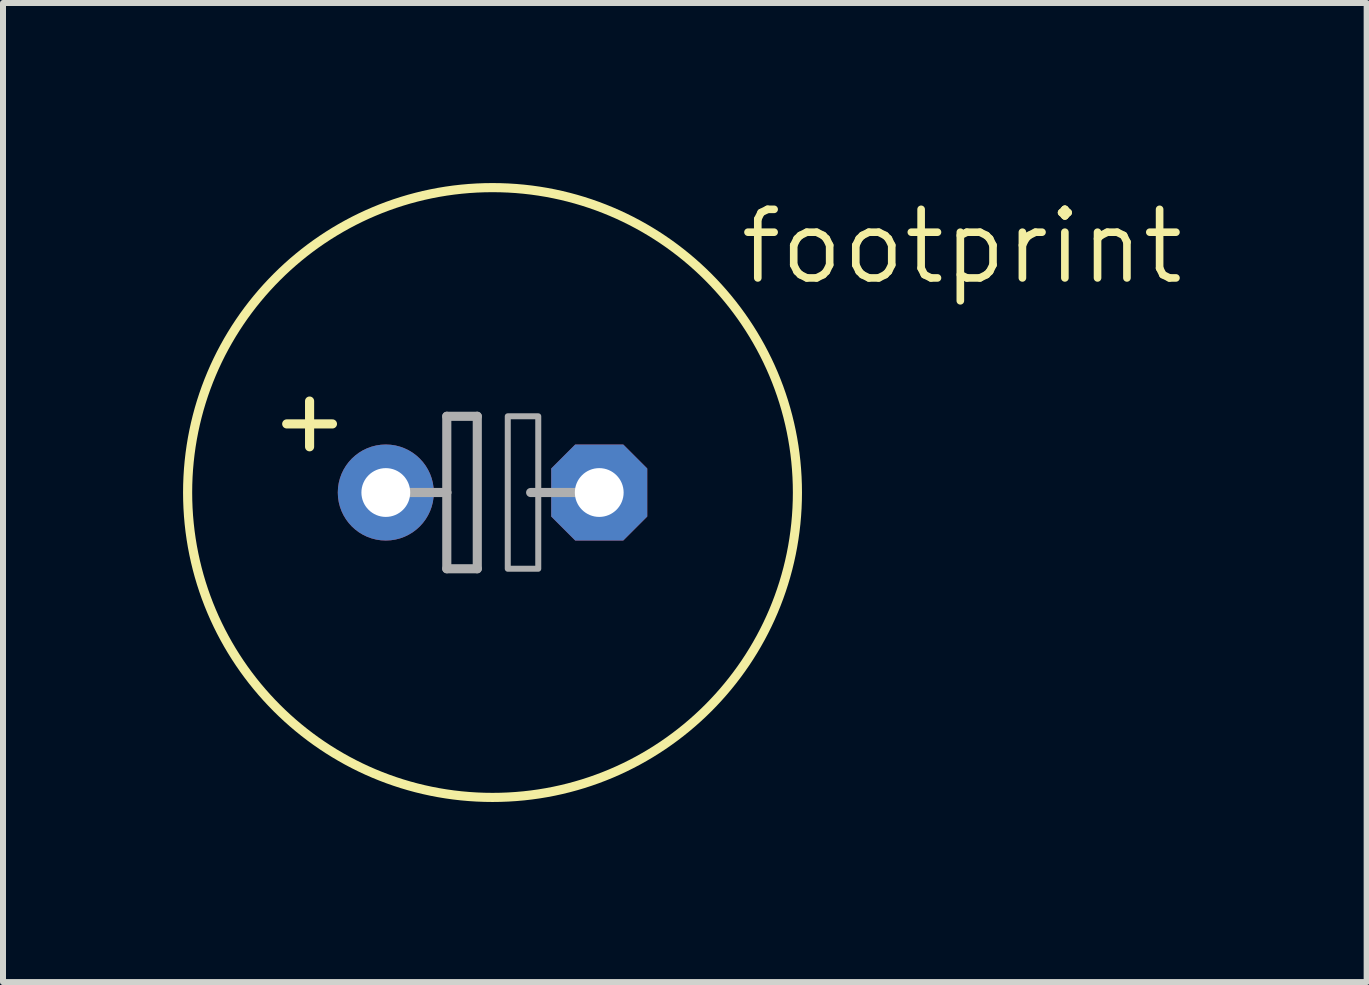
<source format=kicad_pcb>
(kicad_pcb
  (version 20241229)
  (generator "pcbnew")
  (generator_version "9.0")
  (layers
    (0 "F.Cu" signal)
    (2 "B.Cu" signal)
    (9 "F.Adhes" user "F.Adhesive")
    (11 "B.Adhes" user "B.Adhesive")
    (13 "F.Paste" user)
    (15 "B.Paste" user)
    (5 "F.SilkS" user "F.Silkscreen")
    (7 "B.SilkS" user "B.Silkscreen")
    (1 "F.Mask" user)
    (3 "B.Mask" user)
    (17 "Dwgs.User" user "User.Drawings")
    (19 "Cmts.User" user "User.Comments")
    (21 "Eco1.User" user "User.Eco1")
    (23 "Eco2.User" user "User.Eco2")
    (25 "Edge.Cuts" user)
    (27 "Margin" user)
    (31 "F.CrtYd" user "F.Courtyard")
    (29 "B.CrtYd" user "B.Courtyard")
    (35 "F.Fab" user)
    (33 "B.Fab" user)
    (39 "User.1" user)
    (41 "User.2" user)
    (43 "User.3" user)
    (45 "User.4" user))
  (footprint "footprint"
    (layer "F.Cu")
    (at 5.156 5.156)
    (property "Reference" "footprint" (at 4.064 -3.429 0) (layer "F.SilkS") (effects (font (size 1.143 1.143) (thickness 0.127)) (justify left bottom)))
    (fp_line (start -3.429 -1.143) (end -2.667 -1.143) (stroke (width 0.152) (type solid)) (layer "F.SilkS"))
    (fp_line (start -3.048 -0.762) (end -3.048 -1.524) (stroke (width 0.152) (type solid)) (layer "F.SilkS"))
    (fp_circle (center 0 0) (end 5.08 0) (stroke (width 0.152) (type solid)) (fill no) (layer "F.SilkS"))
    (fp_line (start -1.651 0) (end -0.762 0) (stroke (width 0.152) (type solid)) (layer "F.Fab"))
    (fp_line (start -0.762 -1.27) (end -0.762 0) (stroke (width 0.152) (type solid)) (layer "F.Fab"))
    (fp_line (start -0.762 0) (end -0.762 1.27) (stroke (width 0.152) (type solid)) (layer "F.Fab"))
    (fp_line (start -0.762 1.27) (end -0.254 1.27) (stroke (width 0.152) (type solid)) (layer "F.Fab"))
    (fp_line (start -0.254 -1.27) (end -0.762 -1.27) (stroke (width 0.152) (type solid)) (layer "F.Fab"))
    (fp_line (start -0.254 1.27) (end -0.254 -1.27) (stroke (width 0.152) (type solid)) (layer "F.Fab"))
    (fp_line (start 0.635 0) (end 1.651 0) (stroke (width 0.152) (type solid)) (layer "F.Fab"))
    (fp_poly (pts (xy 0.254 1.27) (xy 0.762 1.27) (xy 0.762 -1.27) (xy 0.254 -1.27)) (stroke (width 0.1) (type solid)) (fill no) (layer "F.Fab"))
    (pad "+" thru_hole circle (at -1.778 0) (size 1.6 1.6) (drill 0.813) (layers "*.Cu" "*.Mask"))
    (pad "-" thru_hole roundrect (at 1.778 0) (size 1.6 1.6) (drill 0.813) (layers "*.Cu" "*.Mask") (roundrect_rratio 0.25) (chamfer_ratio 0.25) (chamfer top_left top_right bottom_left bottom_right)))
  (gr_rect
    (start -3 -3)
    (end 19.72 13.312)
    (stroke (width 0.1) (type default))
    (fill no)
    (layer "Edge.Cuts")))
</source>
